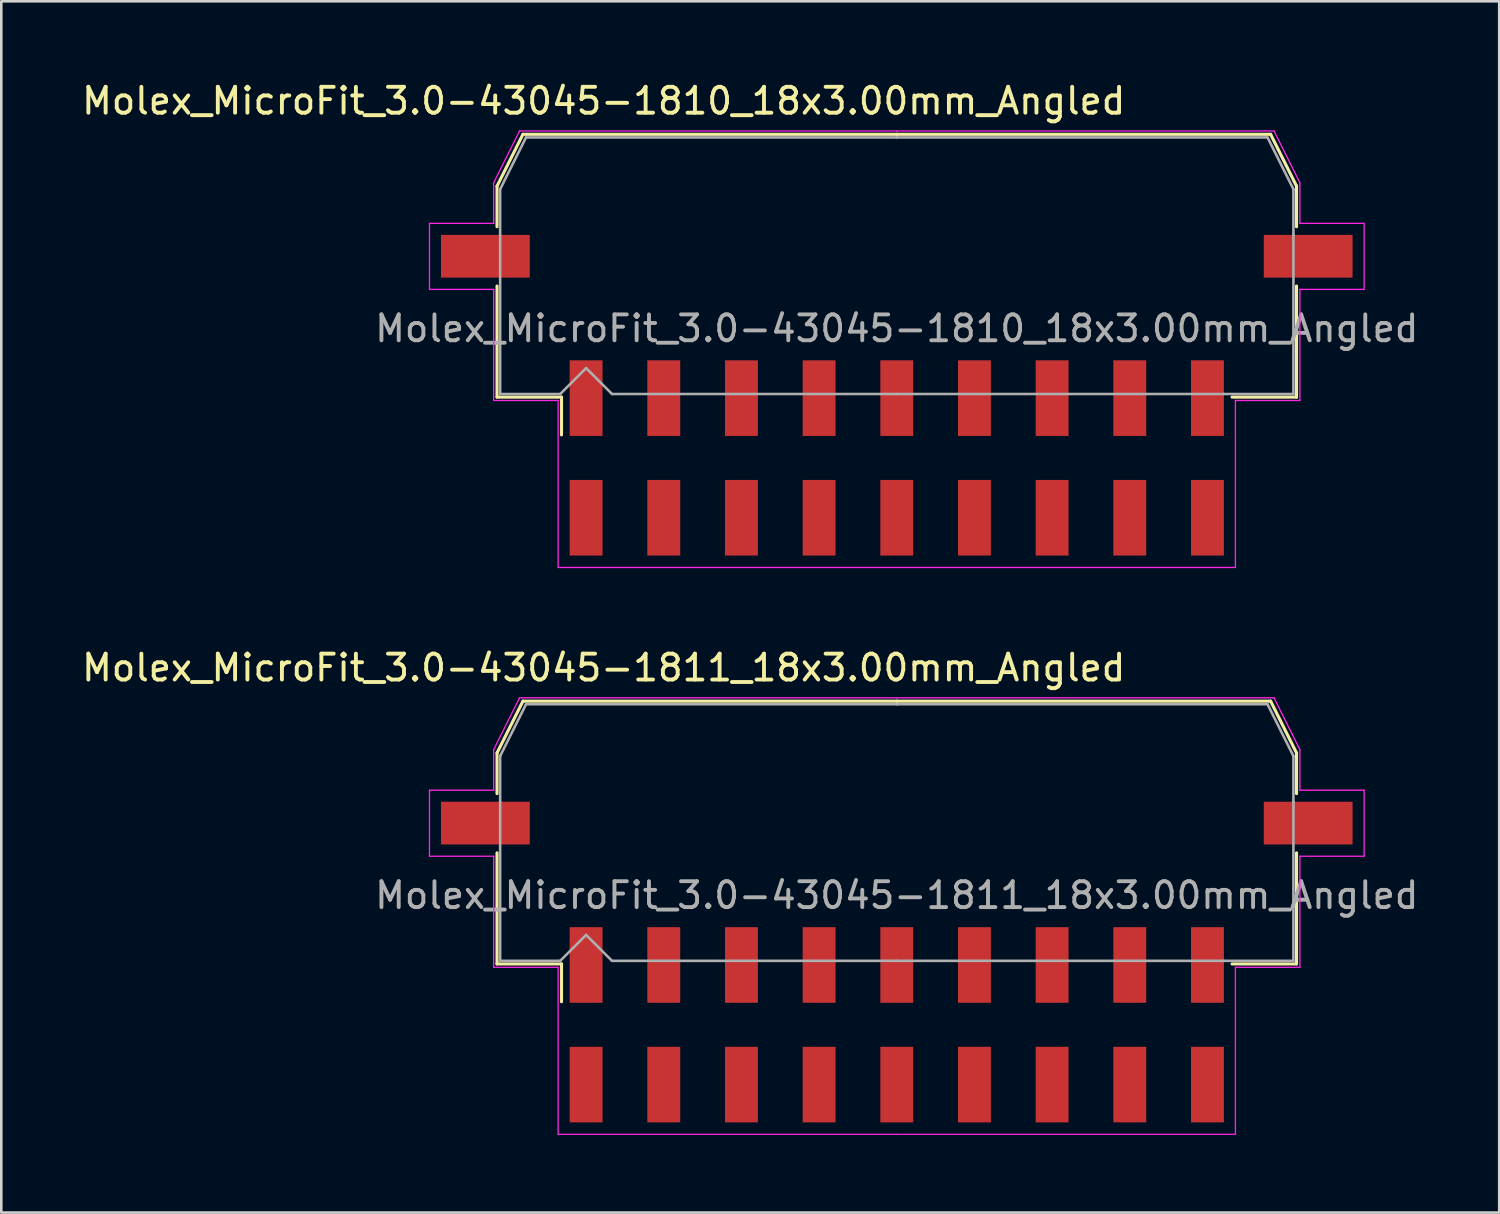
<source format=kicad_pcb>
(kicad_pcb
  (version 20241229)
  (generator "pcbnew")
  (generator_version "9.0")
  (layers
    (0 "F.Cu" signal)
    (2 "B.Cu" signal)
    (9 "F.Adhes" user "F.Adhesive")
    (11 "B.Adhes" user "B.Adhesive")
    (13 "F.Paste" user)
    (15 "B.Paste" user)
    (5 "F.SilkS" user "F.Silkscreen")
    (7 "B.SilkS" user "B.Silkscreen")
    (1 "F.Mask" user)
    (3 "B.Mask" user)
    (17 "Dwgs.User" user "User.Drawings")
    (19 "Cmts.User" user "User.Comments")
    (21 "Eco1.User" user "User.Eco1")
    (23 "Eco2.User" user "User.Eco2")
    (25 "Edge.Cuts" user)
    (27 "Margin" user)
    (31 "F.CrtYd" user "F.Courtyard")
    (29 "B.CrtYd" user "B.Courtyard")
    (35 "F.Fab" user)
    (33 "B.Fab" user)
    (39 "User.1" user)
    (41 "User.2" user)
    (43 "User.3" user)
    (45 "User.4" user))
  (footprint "Molex_MicroFit_3.0-43045-1811_18x3.00mm_Angled"
    (layer "F.Cu")
    (at 31.588 36.532)
    (property "Reference" "Molex_MicroFit_3.0-43045-1811_18x3.00mm_Angled" (at -11.32 -13.79 0) (layer "F.SilkS") (effects (font (size 1 1) (thickness 0.15))))
    (attr smd)
    (fp_line (start -15.44 -10.5) (end -15.44 -8.93) (stroke (width 0.12) (type solid)) (layer "F.SilkS"))
    (fp_line (start -15.44 -6.64) (end -15.44 -2.35) (stroke (width 0.12) (type solid)) (layer "F.SilkS"))
    (fp_line (start -15.44 -2.35) (end -12.95 -2.35) (stroke (width 0.12) (type solid)) (layer "F.SilkS"))
    (fp_line (start -14.44 -12.5) (end -15.44 -10.5) (stroke (width 0.12) (type solid)) (layer "F.SilkS"))
    (fp_line (start -12.95 -2.35) (end -12.95 -0.89) (stroke (width 0.12) (type solid)) (layer "F.SilkS"))
    (fp_line (start 0 -12.5) (end -14.44 -12.5) (stroke (width 0.12) (type solid)) (layer "F.SilkS"))
    (fp_line (start 0 -12.5) (end 14.44 -12.5) (stroke (width 0.12) (type solid)) (layer "F.SilkS"))
    (fp_line (start 14.44 -12.5) (end 15.44 -10.5) (stroke (width 0.12) (type solid)) (layer "F.SilkS"))
    (fp_line (start 15.44 -10.5) (end 15.44 -8.93) (stroke (width 0.12) (type solid)) (layer "F.SilkS"))
    (fp_line (start 15.44 -6.64) (end 15.44 -2.35) (stroke (width 0.12) (type solid)) (layer "F.SilkS"))
    (fp_line (start 15.44 -2.35) (end 12.95 -2.35) (stroke (width 0.12) (type solid)) (layer "F.SilkS"))
    (fp_line (start -18.05 -9.06) (end -18.05 -6.51) (stroke (width 0.05) (type solid)) (layer "F.CrtYd"))
    (fp_line (start -18.05 -6.51) (end -15.57 -6.51) (stroke (width 0.05) (type solid)) (layer "F.CrtYd"))
    (fp_line (start -15.57 -10.63) (end -15.57 -9.06) (stroke (width 0.05) (type solid)) (layer "F.CrtYd"))
    (fp_line (start -15.57 -9.06) (end -18.05 -9.06) (stroke (width 0.05) (type solid)) (layer "F.CrtYd"))
    (fp_line (start -15.57 -6.51) (end -15.57 -2.22) (stroke (width 0.05) (type solid)) (layer "F.CrtYd"))
    (fp_line (start -15.57 -2.22) (end -13.08 -2.22) (stroke (width 0.05) (type solid)) (layer "F.CrtYd"))
    (fp_line (start -14.57 -12.63) (end -15.57 -10.63) (stroke (width 0.05) (type solid)) (layer "F.CrtYd"))
    (fp_line (start -13.08 -2.22) (end -13.08 4.23) (stroke (width 0.05) (type solid)) (layer "F.CrtYd"))
    (fp_line (start -13.08 4.23) (end 0 4.23) (stroke (width 0.05) (type solid)) (layer "F.CrtYd"))
    (fp_line (start 0 -12.63) (end -14.57 -12.63) (stroke (width 0.05) (type solid)) (layer "F.CrtYd"))
    (fp_line (start 0 -12.63) (end 14.57 -12.63) (stroke (width 0.05) (type solid)) (layer "F.CrtYd"))
    (fp_line (start 13.08 -2.22) (end 13.08 4.23) (stroke (width 0.05) (type solid)) (layer "F.CrtYd"))
    (fp_line (start 13.08 4.23) (end 0 4.23) (stroke (width 0.05) (type solid)) (layer "F.CrtYd"))
    (fp_line (start 14.57 -12.63) (end 15.57 -10.63) (stroke (width 0.05) (type solid)) (layer "F.CrtYd"))
    (fp_line (start 15.57 -10.63) (end 15.57 -9.06) (stroke (width 0.05) (type solid)) (layer "F.CrtYd"))
    (fp_line (start 15.57 -9.06) (end 18.05 -9.06) (stroke (width 0.05) (type solid)) (layer "F.CrtYd"))
    (fp_line (start 15.57 -6.51) (end 15.57 -2.22) (stroke (width 0.05) (type solid)) (layer "F.CrtYd"))
    (fp_line (start 15.57 -2.22) (end 13.08 -2.22) (stroke (width 0.05) (type solid)) (layer "F.CrtYd"))
    (fp_line (start 18.05 -9.06) (end 18.05 -6.51) (stroke (width 0.05) (type solid)) (layer "F.CrtYd"))
    (fp_line (start 18.05 -6.51) (end 15.57 -6.51) (stroke (width 0.05) (type solid)) (layer "F.CrtYd"))
    (fp_line (start -15.32 -10.38) (end -15.32 -8.61) (stroke (width 0.1) (type solid)) (layer "F.Fab"))
    (fp_line (start -15.32 -8.61) (end -15.32 -2.47) (stroke (width 0.1) (type solid)) (layer "F.Fab"))
    (fp_line (start -15.32 -2.47) (end -13 -2.47) (stroke (width 0.1) (type solid)) (layer "F.Fab"))
    (fp_line (start -14.32 -12.38) (end -15.32 -10.38) (stroke (width 0.1) (type solid)) (layer "F.Fab"))
    (fp_line (start -13 -2.47) (end -12 -3.47) (stroke (width 0.1) (type solid)) (layer "F.Fab"))
    (fp_line (start -12 -3.47) (end -11 -2.47) (stroke (width 0.1) (type solid)) (layer "F.Fab"))
    (fp_line (start -11 -2.47) (end 0 -2.47) (stroke (width 0.1) (type solid)) (layer "F.Fab"))
    (fp_line (start 0 -12.38) (end -14.32 -12.38) (stroke (width 0.1) (type solid)) (layer "F.Fab"))
    (fp_line (start 0 -12.38) (end 14.32 -12.38) (stroke (width 0.1) (type solid)) (layer "F.Fab"))
    (fp_line (start 12.63 -2.47) (end 0 -2.47) (stroke (width 0.1) (type solid)) (layer "F.Fab"))
    (fp_line (start 14.32 -12.38) (end 15.32 -10.38) (stroke (width 0.1) (type solid)) (layer "F.Fab"))
    (fp_line (start 15.32 -10.38) (end 15.32 -8.61) (stroke (width 0.1) (type solid)) (layer "F.Fab"))
    (fp_line (start 15.32 -8.61) (end 15.32 -2.47) (stroke (width 0.1) (type solid)) (layer "F.Fab"))
    (fp_line (start 15.32 -2.47) (end 12.63 -2.47) (stroke (width 0.1) (type solid)) (layer "F.Fab"))
    (fp_text user "${REFERENCE}" (at 0 -5 0) (layer "F.Fab") (effects (font (size 1 1) (thickness 0.15))))
    (pad "" smd rect (at -15.89 -7.79) (size 3.43 1.65) (layers "F.Cu" "F.Mask" "F.Paste"))
    (pad "" smd rect (at 15.89 -7.79) (size 3.43 1.65) (layers "F.Cu" "F.Mask" "F.Paste"))
    (pad "1" smd rect (at -12 -2.31) (size 1.27 2.92) (layers "F.Cu" "F.Mask" "F.Paste"))
    (pad "2" smd rect (at -9 -2.31) (size 1.27 2.92) (layers "F.Cu" "F.Mask" "F.Paste"))
    (pad "3" smd rect (at -6 -2.31) (size 1.27 2.92) (layers "F.Cu" "F.Mask" "F.Paste"))
    (pad "4" smd rect (at -3 -2.31) (size 1.27 2.92) (layers "F.Cu" "F.Mask" "F.Paste"))
    (pad "5" smd rect (at 0 -2.31) (size 1.27 2.92) (layers "F.Cu" "F.Mask" "F.Paste"))
    (pad "6" smd rect (at 3 -2.31) (size 1.27 2.92) (layers "F.Cu" "F.Mask" "F.Paste"))
    (pad "7" smd rect (at 6 -2.31) (size 1.27 2.92) (layers "F.Cu" "F.Mask" "F.Paste"))
    (pad "8" smd rect (at 9 -2.31) (size 1.27 2.92) (layers "F.Cu" "F.Mask" "F.Paste"))
    (pad "9" smd rect (at 12 -2.31) (size 1.27 2.92) (layers "F.Cu" "F.Mask" "F.Paste"))
    (pad "10" smd rect (at 12 2.31) (size 1.27 2.92) (layers "F.Cu" "F.Mask" "F.Paste"))
    (pad "11" smd rect (at 9 2.31) (size 1.27 2.92) (layers "F.Cu" "F.Mask" "F.Paste"))
    (pad "12" smd rect (at 6 2.31) (size 1.27 2.92) (layers "F.Cu" "F.Mask" "F.Paste"))
    (pad "13" smd rect (at 3 2.31) (size 1.27 2.92) (layers "F.Cu" "F.Mask" "F.Paste"))
    (pad "14" smd rect (at 0 2.31) (size 1.27 2.92) (layers "F.Cu" "F.Mask" "F.Paste"))
    (pad "15" smd rect (at -3 2.31) (size 1.27 2.92) (layers "F.Cu" "F.Mask" "F.Paste"))
    (pad "16" smd rect (at -6 2.31) (size 1.27 2.92) (layers "F.Cu" "F.Mask" "F.Paste"))
    (pad "17" smd rect (at -9 2.31) (size 1.27 2.92) (layers "F.Cu" "F.Mask" "F.Paste"))
    (pad "18" smd rect (at -12 2.31) (size 1.27 2.92) (layers "F.Cu" "F.Mask" "F.Paste")))
  (footprint "Molex_MicroFit_3.0-43045-1810_18x3.00mm_Angled"
    (layer "F.Cu")
    (at 31.588 14.638)
    (property "Reference" "Molex_MicroFit_3.0-43045-1810_18x3.00mm_Angled" (at -11.32 -13.79 0) (layer "F.SilkS") (effects (font (size 1 1) (thickness 0.15))))
    (attr smd)
    (fp_line (start -15.44 -10.5) (end -15.44 -8.93) (stroke (width 0.12) (type solid)) (layer "F.SilkS"))
    (fp_line (start -15.44 -6.64) (end -15.44 -2.35) (stroke (width 0.12) (type solid)) (layer "F.SilkS"))
    (fp_line (start -15.44 -2.35) (end -12.95 -2.35) (stroke (width 0.12) (type solid)) (layer "F.SilkS"))
    (fp_line (start -14.44 -12.5) (end -15.44 -10.5) (stroke (width 0.12) (type solid)) (layer "F.SilkS"))
    (fp_line (start -12.95 -2.35) (end -12.95 -0.89) (stroke (width 0.12) (type solid)) (layer "F.SilkS"))
    (fp_line (start 0 -12.5) (end -14.44 -12.5) (stroke (width 0.12) (type solid)) (layer "F.SilkS"))
    (fp_line (start 0 -12.5) (end 14.44 -12.5) (stroke (width 0.12) (type solid)) (layer "F.SilkS"))
    (fp_line (start 14.44 -12.5) (end 15.44 -10.5) (stroke (width 0.12) (type solid)) (layer "F.SilkS"))
    (fp_line (start 15.44 -10.5) (end 15.44 -8.93) (stroke (width 0.12) (type solid)) (layer "F.SilkS"))
    (fp_line (start 15.44 -6.64) (end 15.44 -2.35) (stroke (width 0.12) (type solid)) (layer "F.SilkS"))
    (fp_line (start 15.44 -2.35) (end 12.95 -2.35) (stroke (width 0.12) (type solid)) (layer "F.SilkS"))
    (fp_line (start -18.05 -9.06) (end -18.05 -6.51) (stroke (width 0.05) (type solid)) (layer "F.CrtYd"))
    (fp_line (start -18.05 -6.51) (end -15.57 -6.51) (stroke (width 0.05) (type solid)) (layer "F.CrtYd"))
    (fp_line (start -15.57 -10.63) (end -15.57 -9.06) (stroke (width 0.05) (type solid)) (layer "F.CrtYd"))
    (fp_line (start -15.57 -9.06) (end -18.05 -9.06) (stroke (width 0.05) (type solid)) (layer "F.CrtYd"))
    (fp_line (start -15.57 -6.51) (end -15.57 -2.22) (stroke (width 0.05) (type solid)) (layer "F.CrtYd"))
    (fp_line (start -15.57 -2.22) (end -13.08 -2.22) (stroke (width 0.05) (type solid)) (layer "F.CrtYd"))
    (fp_line (start -14.57 -12.63) (end -15.57 -10.63) (stroke (width 0.05) (type solid)) (layer "F.CrtYd"))
    (fp_line (start -13.08 -2.22) (end -13.08 4.23) (stroke (width 0.05) (type solid)) (layer "F.CrtYd"))
    (fp_line (start -13.08 4.23) (end 0 4.23) (stroke (width 0.05) (type solid)) (layer "F.CrtYd"))
    (fp_line (start 0 -12.63) (end -14.57 -12.63) (stroke (width 0.05) (type solid)) (layer "F.CrtYd"))
    (fp_line (start 0 -12.63) (end 14.57 -12.63) (stroke (width 0.05) (type solid)) (layer "F.CrtYd"))
    (fp_line (start 13.08 -2.22) (end 13.08 4.23) (stroke (width 0.05) (type solid)) (layer "F.CrtYd"))
    (fp_line (start 13.08 4.23) (end 0 4.23) (stroke (width 0.05) (type solid)) (layer "F.CrtYd"))
    (fp_line (start 14.57 -12.63) (end 15.57 -10.63) (stroke (width 0.05) (type solid)) (layer "F.CrtYd"))
    (fp_line (start 15.57 -10.63) (end 15.57 -9.06) (stroke (width 0.05) (type solid)) (layer "F.CrtYd"))
    (fp_line (start 15.57 -9.06) (end 18.05 -9.06) (stroke (width 0.05) (type solid)) (layer "F.CrtYd"))
    (fp_line (start 15.57 -6.51) (end 15.57 -2.22) (stroke (width 0.05) (type solid)) (layer "F.CrtYd"))
    (fp_line (start 15.57 -2.22) (end 13.08 -2.22) (stroke (width 0.05) (type solid)) (layer "F.CrtYd"))
    (fp_line (start 18.05 -9.06) (end 18.05 -6.51) (stroke (width 0.05) (type solid)) (layer "F.CrtYd"))
    (fp_line (start 18.05 -6.51) (end 15.57 -6.51) (stroke (width 0.05) (type solid)) (layer "F.CrtYd"))
    (fp_line (start -15.32 -10.38) (end -15.32 -8.61) (stroke (width 0.1) (type solid)) (layer "F.Fab"))
    (fp_line (start -15.32 -8.61) (end -15.32 -2.47) (stroke (width 0.1) (type solid)) (layer "F.Fab"))
    (fp_line (start -15.32 -2.47) (end -13 -2.47) (stroke (width 0.1) (type solid)) (layer "F.Fab"))
    (fp_line (start -14.32 -12.38) (end -15.32 -10.38) (stroke (width 0.1) (type solid)) (layer "F.Fab"))
    (fp_line (start -13 -2.47) (end -12 -3.47) (stroke (width 0.1) (type solid)) (layer "F.Fab"))
    (fp_line (start -12 -3.47) (end -11 -2.47) (stroke (width 0.1) (type solid)) (layer "F.Fab"))
    (fp_line (start -11 -2.47) (end 0 -2.47) (stroke (width 0.1) (type solid)) (layer "F.Fab"))
    (fp_line (start 0 -12.38) (end -14.32 -12.38) (stroke (width 0.1) (type solid)) (layer "F.Fab"))
    (fp_line (start 0 -12.38) (end 14.32 -12.38) (stroke (width 0.1) (type solid)) (layer "F.Fab"))
    (fp_line (start 12.63 -2.47) (end 0 -2.47) (stroke (width 0.1) (type solid)) (layer "F.Fab"))
    (fp_line (start 14.32 -12.38) (end 15.32 -10.38) (stroke (width 0.1) (type solid)) (layer "F.Fab"))
    (fp_line (start 15.32 -10.38) (end 15.32 -8.61) (stroke (width 0.1) (type solid)) (layer "F.Fab"))
    (fp_line (start 15.32 -8.61) (end 15.32 -2.47) (stroke (width 0.1) (type solid)) (layer "F.Fab"))
    (fp_line (start 15.32 -2.47) (end 12.63 -2.47) (stroke (width 0.1) (type solid)) (layer "F.Fab"))
    (fp_text user "${REFERENCE}" (at 0 -5 0) (layer "F.Fab") (effects (font (size 1 1) (thickness 0.15))))
    (pad "" smd rect (at -15.89 -7.79) (size 3.43 1.65) (layers "F.Cu" "F.Mask" "F.Paste"))
    (pad "" smd rect (at 15.89 -7.79) (size 3.43 1.65) (layers "F.Cu" "F.Mask" "F.Paste"))
    (pad "1" smd rect (at -12 -2.31) (size 1.27 2.92) (layers "F.Cu" "F.Mask" "F.Paste"))
    (pad "2" smd rect (at -9 -2.31) (size 1.27 2.92) (layers "F.Cu" "F.Mask" "F.Paste"))
    (pad "3" smd rect (at -6 -2.31) (size 1.27 2.92) (layers "F.Cu" "F.Mask" "F.Paste"))
    (pad "4" smd rect (at -3 -2.31) (size 1.27 2.92) (layers "F.Cu" "F.Mask" "F.Paste"))
    (pad "5" smd rect (at 0 -2.31) (size 1.27 2.92) (layers "F.Cu" "F.Mask" "F.Paste"))
    (pad "6" smd rect (at 3 -2.31) (size 1.27 2.92) (layers "F.Cu" "F.Mask" "F.Paste"))
    (pad "7" smd rect (at 6 -2.31) (size 1.27 2.92) (layers "F.Cu" "F.Mask" "F.Paste"))
    (pad "8" smd rect (at 9 -2.31) (size 1.27 2.92) (layers "F.Cu" "F.Mask" "F.Paste"))
    (pad "9" smd rect (at 12 -2.31) (size 1.27 2.92) (layers "F.Cu" "F.Mask" "F.Paste"))
    (pad "10" smd rect (at 12 2.31) (size 1.27 2.92) (layers "F.Cu" "F.Mask" "F.Paste"))
    (pad "11" smd rect (at 9 2.31) (size 1.27 2.92) (layers "F.Cu" "F.Mask" "F.Paste"))
    (pad "12" smd rect (at 6 2.31) (size 1.27 2.92) (layers "F.Cu" "F.Mask" "F.Paste"))
    (pad "13" smd rect (at 3 2.31) (size 1.27 2.92) (layers "F.Cu" "F.Mask" "F.Paste"))
    (pad "14" smd rect (at 0 2.31) (size 1.27 2.92) (layers "F.Cu" "F.Mask" "F.Paste"))
    (pad "15" smd rect (at -3 2.31) (size 1.27 2.92) (layers "F.Cu" "F.Mask" "F.Paste"))
    (pad "16" smd rect (at -6 2.31) (size 1.27 2.92) (layers "F.Cu" "F.Mask" "F.Paste"))
    (pad "17" smd rect (at -9 2.31) (size 1.27 2.92) (layers "F.Cu" "F.Mask" "F.Paste"))
    (pad "18" smd rect (at -12 2.31) (size 1.27 2.92) (layers "F.Cu" "F.Mask" "F.Paste")))
  (gr_rect
    (start -3 -3)
    (end 54.856 43.786)
    (stroke (width 0.1) (type default))
    (fill no)
    (layer "Edge.Cuts")))
</source>
